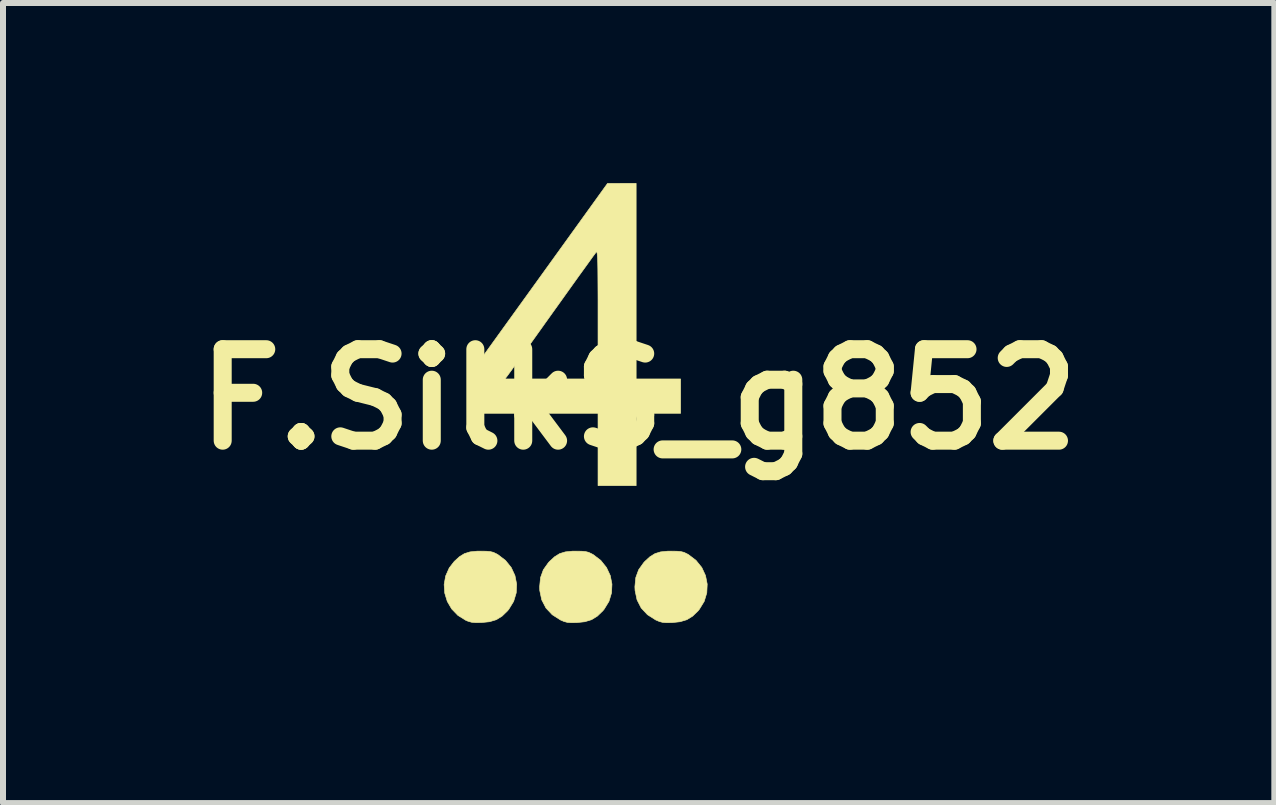
<source format=kicad_pcb>
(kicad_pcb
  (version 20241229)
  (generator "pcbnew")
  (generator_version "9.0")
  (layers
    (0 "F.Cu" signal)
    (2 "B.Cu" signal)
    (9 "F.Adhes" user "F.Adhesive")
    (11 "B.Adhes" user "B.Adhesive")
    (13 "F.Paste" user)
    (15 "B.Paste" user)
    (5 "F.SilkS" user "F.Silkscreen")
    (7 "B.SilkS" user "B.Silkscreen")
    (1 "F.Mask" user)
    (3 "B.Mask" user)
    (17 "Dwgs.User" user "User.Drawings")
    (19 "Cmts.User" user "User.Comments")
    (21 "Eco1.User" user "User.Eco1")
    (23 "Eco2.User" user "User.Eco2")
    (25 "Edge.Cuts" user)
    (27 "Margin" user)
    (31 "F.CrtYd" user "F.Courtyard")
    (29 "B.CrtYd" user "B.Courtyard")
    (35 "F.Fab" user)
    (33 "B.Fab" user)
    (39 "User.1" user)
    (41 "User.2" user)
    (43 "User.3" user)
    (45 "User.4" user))
  (footprint "F.SilkS_g852"
    (layer "F.Cu")
    (at 7.591 3.603)
    (property "Reference" "F.SilkS_g852" (at 0 0 0) (layer "F.SilkS") (effects (font (size 1.524 1.524) (thickness 0.3))))
    (attr through_hole)
    (fp_poly (pts (xy -2.539 2.531) (xy -2.472 2.537) (xy -2.42 2.55) (xy -2.37 2.574) (xy -2.346 2.587) (xy -2.219 2.684) (xy -2.123 2.803) (xy -2.061 2.937) (xy -2.033 3.079) (xy -2.04 3.225) (xy -2.083 3.367) (xy -2.164 3.499) (xy -2.184 3.524) (xy -2.276 3.613) (xy -2.372 3.672) (xy -2.485 3.706) (xy -2.614 3.719) (xy -2.711 3.721) (xy -2.782 3.715) (xy -2.842 3.698) (xy -2.879 3.683) (xy -3.012 3.6) (xy -3.116 3.492) (xy -3.189 3.367) (xy -3.231 3.229) (xy -3.241 3.086) (xy -3.216 2.944) (xy -3.156 2.809) (xy -3.073 2.702) (xy -2.987 2.623) (xy -2.903 2.571) (xy -2.809 2.542) (xy -2.69 2.53) (xy -2.635 2.53) (xy -2.539 2.531)) (stroke (width 0.01) (type solid)) (fill yes) (layer "F.SilkS"))
    (fp_poly (pts (xy -0.952 2.531) (xy -0.884 2.537) (xy -0.833 2.55) (xy -0.783 2.574) (xy -0.758 2.587) (xy -0.631 2.684) (xy -0.536 2.803) (xy -0.473 2.937) (xy -0.445 3.079) (xy -0.452 3.225) (xy -0.495 3.367) (xy -0.576 3.499) (xy -0.597 3.524) (xy -0.689 3.613) (xy -0.785 3.672) (xy -0.898 3.706) (xy -1.027 3.72) (xy -1.12 3.722) (xy -1.188 3.717) (xy -1.246 3.701) (xy -1.302 3.677) (xy -1.44 3.589) (xy -1.545 3.477) (xy -1.615 3.342) (xy -1.648 3.186) (xy -1.65 3.122) (xy -1.635 2.97) (xy -1.588 2.84) (xy -1.505 2.723) (xy -1.486 2.702) (xy -1.4 2.623) (xy -1.316 2.571) (xy -1.221 2.542) (xy -1.103 2.53) (xy -1.048 2.53) (xy -0.952 2.531)) (stroke (width 0.01) (type solid)) (fill yes) (layer "F.SilkS"))
    (fp_poly (pts (xy 0.636 2.531) (xy 0.703 2.537) (xy 0.755 2.55) (xy 0.805 2.574) (xy 0.829 2.587) (xy 0.956 2.684) (xy 1.052 2.803) (xy 1.114 2.937) (xy 1.142 3.079) (xy 1.135 3.225) (xy 1.092 3.367) (xy 1.011 3.499) (xy 0.991 3.524) (xy 0.899 3.613) (xy 0.803 3.672) (xy 0.69 3.706) (xy 0.561 3.72) (xy 0.467 3.722) (xy 0.4 3.717) (xy 0.342 3.701) (xy 0.285 3.677) (xy 0.147 3.589) (xy 0.042 3.477) (xy -0.027 3.342) (xy -0.06 3.186) (xy -0.063 3.122) (xy -0.048 2.97) (xy -0.000322 2.84) (xy 0.083 2.723) (xy 0.102 2.702) (xy 0.188 2.623) (xy 0.272 2.571) (xy 0.366 2.542) (xy 0.485 2.53) (xy 0.54 2.53) (xy 0.636 2.531)) (stroke (width 0.01) (type solid)) (fill yes) (layer "F.SilkS"))
    (fp_poly (pts (xy -0.042 -0.339) (xy 0.699 -0.339) (xy 0.699 0.233) (xy -0.042 0.233) (xy -0.042 1.439) (xy -0.677 1.439) (xy -0.677 0.233) (xy -2.794 0.233) (xy -2.794 -0.339) (xy -2.228 -0.339) (xy -0.677 -0.339) (xy -0.677 -1.412) (xy -0.677 -1.657) (xy -0.678 -1.862) (xy -0.679 -2.031) (xy -0.68 -2.166) (xy -0.682 -2.272) (xy -0.685 -2.351) (xy -0.689 -2.405) (xy -0.693 -2.439) (xy -0.698 -2.455) (xy -0.704 -2.456) (xy -0.706 -2.455) (xy -0.723 -2.432) (xy -0.763 -2.378) (xy -0.822 -2.296) (xy -0.899 -2.189) (xy -0.992 -2.061) (xy -1.097 -1.914) (xy -1.213 -1.752) (xy -1.338 -1.577) (xy -1.429 -1.45) (xy -1.559 -1.268) (xy -1.683 -1.094) (xy -1.798 -0.933) (xy -1.903 -0.787) (xy -1.994 -0.659) (xy -2.07 -0.554) (xy -2.127 -0.474) (xy -2.164 -0.424) (xy -2.176 -0.407) (xy -2.228 -0.339) (xy -2.794 -0.339) (xy -2.794 -0.441) (xy -1.656 -2.019) (xy -0.519 -3.597) (xy -0.28 -3.598) (xy -0.042 -3.598) (xy -0.042 -0.339)) (stroke (width 0.01) (type solid)) (fill yes) (layer "F.SilkS")))
  (gr_rect
    (start -3 -3)
    (end 18.182 10.33)
    (stroke (width 0.1) (type default))
    (fill no)
    (layer "Edge.Cuts")))
</source>
